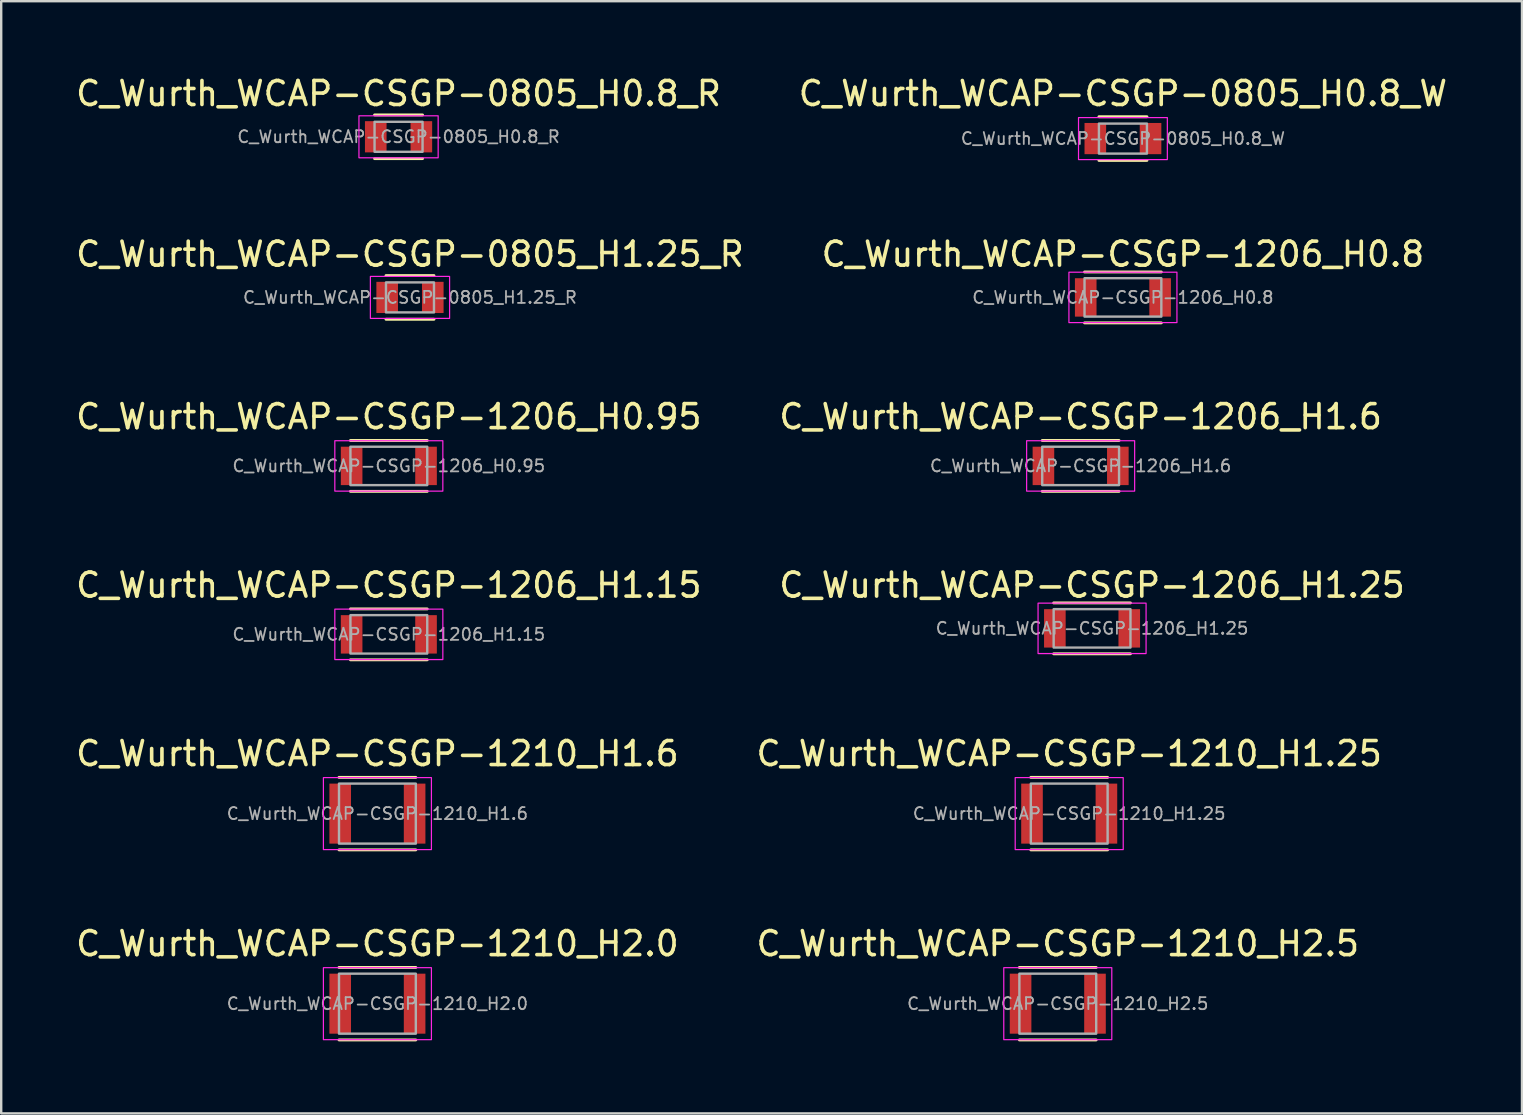
<source format=kicad_pcb>
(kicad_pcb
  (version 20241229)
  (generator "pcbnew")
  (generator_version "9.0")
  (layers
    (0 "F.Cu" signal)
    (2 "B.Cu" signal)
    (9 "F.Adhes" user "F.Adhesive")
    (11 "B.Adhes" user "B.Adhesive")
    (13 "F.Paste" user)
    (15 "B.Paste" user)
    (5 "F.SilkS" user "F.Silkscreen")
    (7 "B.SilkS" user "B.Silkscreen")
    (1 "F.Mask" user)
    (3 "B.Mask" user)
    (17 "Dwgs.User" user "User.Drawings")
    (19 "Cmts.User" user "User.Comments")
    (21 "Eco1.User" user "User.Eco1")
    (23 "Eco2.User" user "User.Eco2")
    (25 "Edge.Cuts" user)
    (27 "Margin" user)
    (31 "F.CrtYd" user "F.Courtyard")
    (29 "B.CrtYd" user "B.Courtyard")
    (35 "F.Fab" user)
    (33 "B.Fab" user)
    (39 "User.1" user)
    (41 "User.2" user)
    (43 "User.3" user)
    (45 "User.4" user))
  (footprint "C_Wurth_WCAP-CSGP-1206_H1.6"
    (layer "F.Cu")
    (at 41.97 16.36)
    (property "Reference" "C_Wurth_WCAP-CSGP-1206_H1.6" (at 0 -2.05 0) (unlocked yes) (layer "F.SilkS") (effects (font (size 1 1) (thickness 0.15))))
    (attr smd)
    (fp_line (start -1.6 -1.06) (end 1.6 -1.06) (stroke (width 0.12) (type solid)) (layer "F.SilkS"))
    (fp_line (start -1.6 1.06) (end 1.6 1.06) (stroke (width 0.12) (type solid)) (layer "F.SilkS"))
    (fp_rect (start -2.25 -1.05) (end 2.25 1.05) (stroke (width 0.05) (type solid)) (fill no) (layer "F.CrtYd"))
    (fp_rect (start -1.6 -0.8) (end 1.6 0.8) (stroke (width 0.1) (type solid)) (fill no) (layer "F.Fab"))
    (fp_text user "${REFERENCE}" (at 0 0 0) (unlocked yes) (layer "F.Fab") (effects (font (size 0.5 0.5) (thickness 0.075))))
    (pad "1" smd rect (at -1.55 0) (size 0.9 1.6) (layers "F.Cu" "F.Mask" "F.Paste"))
    (pad "2" smd rect (at 1.55 0) (size 0.9 1.6) (layers "F.Cu" "F.Mask" "F.Paste")))
  (footprint "C_Wurth_WCAP-CSGP-1206_H1.25"
    (layer "F.Cu")
    (at 42.446 23.128)
    (property "Reference" "C_Wurth_WCAP-CSGP-1206_H1.25" (at 0 -1.8 0) (unlocked yes) (layer "F.SilkS") (effects (font (size 1 1) (thickness 0.15))))
    (attr smd)
    (fp_line (start -1.6 -1.06) (end 1.6 -1.06) (stroke (width 0.12) (type default)) (layer "F.SilkS"))
    (fp_line (start -1.6 1.06) (end 1.6 1.06) (stroke (width 0.12) (type default)) (layer "F.SilkS"))
    (fp_rect (start -2.25 -1.05) (end 2.25 1.05) (stroke (width 0.05) (type default)) (fill no) (layer "F.CrtYd"))
    (fp_rect (start -1.6 -0.8) (end 1.6 0.8) (stroke (width 0.1) (type default)) (fill no) (layer "F.Fab"))
    (fp_text user "${REFERENCE}" (at 0 0 0) (unlocked yes) (layer "F.Fab") (effects (font (size 0.5 0.5) (thickness 0.075))))
    (pad "1" smd rect (at -1.55 0) (size 0.9 1.6) (layers "F.Cu" "F.Mask" "F.Paste"))
    (pad "2" smd rect (at 1.55 0) (size 0.9 1.6) (layers "F.Cu" "F.Mask" "F.Paste")))
  (footprint "C_Wurth_WCAP-CSGP-1210_H2.0"
    (layer "F.Cu")
    (at 12.673 38.764)
    (property "Reference" "C_Wurth_WCAP-CSGP-1210_H2.0" (at 0 -2.5 0) (unlocked yes) (layer "F.SilkS") (effects (font (size 1 1) (thickness 0.15))))
    (attr smd)
    (fp_line (start -1.6 -1.51) (end 1.6 -1.51) (stroke (width 0.12) (type default)) (layer "F.SilkS"))
    (fp_line (start -1.6 1.51) (end 1.6 1.51) (stroke (width 0.12) (type default)) (layer "F.SilkS"))
    (fp_rect (start -2.25 -1.5) (end 2.25 1.5) (stroke (width 0.05) (type default)) (fill no) (layer "F.CrtYd"))
    (fp_rect (start -1.6 -1.25) (end 1.6 1.25) (stroke (width 0.1) (type default)) (fill no) (layer "F.Fab"))
    (fp_text user "${REFERENCE}" (at 0 0 0) (unlocked yes) (layer "F.Fab") (effects (font (size 0.5 0.5) (thickness 0.075))))
    (pad "1" smd rect (at -1.55 0) (size 0.9 2.5) (layers "F.Cu" "F.Mask" "F.Paste"))
    (pad "2" smd rect (at 1.55 0) (size 0.9 2.5) (layers "F.Cu" "F.Mask" "F.Paste")))
  (footprint "C_Wurth_WCAP-CSGP-1206_H1.15"
    (layer "F.Cu")
    (at 13.149 23.378)
    (property "Reference" "C_Wurth_WCAP-CSGP-1206_H1.15" (at 0 -2.05 0) (unlocked yes) (layer "F.SilkS") (effects (font (size 1 1) (thickness 0.15))))
    (attr smd)
    (fp_line (start -1.6 -1.06) (end 1.6 -1.06) (stroke (width 0.12) (type solid)) (layer "F.SilkS"))
    (fp_line (start -1.6 1.06) (end 1.6 1.06) (stroke (width 0.12) (type solid)) (layer "F.SilkS"))
    (fp_rect (start -2.25 -1.05) (end 2.25 1.05) (stroke (width 0.05) (type solid)) (fill no) (layer "F.CrtYd"))
    (fp_rect (start -1.6 -0.8) (end 1.6 0.8) (stroke (width 0.1) (type solid)) (fill no) (layer "F.Fab"))
    (fp_text user "${REFERENCE}" (at 0 0 0) (unlocked yes) (layer "F.Fab") (effects (font (size 0.5 0.5) (thickness 0.075))))
    (pad "1" smd rect (at -1.55 0) (size 0.9 1.6) (layers "F.Cu" "F.Mask" "F.Paste"))
    (pad "2" smd rect (at 1.55 0) (size 0.9 1.6) (layers "F.Cu" "F.Mask" "F.Paste")))
  (footprint "C_Wurth_WCAP-CSGP-0805_H0.8_R"
    (layer "F.Cu")
    (at 13.554 2.648)
    (property "Reference" "C_Wurth_WCAP-CSGP-0805_H0.8_R" (at 0 -1.8 0) (unlocked yes) (layer "F.SilkS") (effects (font (size 1 1) (thickness 0.15))))
    (attr smd)
    (fp_line (start -1 -0.91) (end 1 -0.91) (stroke (width 0.12) (type default)) (layer "F.SilkS"))
    (fp_line (start -1 0.91) (end 1 0.91) (stroke (width 0.12) (type default)) (layer "F.SilkS"))
    (fp_rect (start -1.65 -0.875) (end 1.65 0.875) (stroke (width 0.05) (type default)) (fill no) (layer "F.CrtYd"))
    (fp_rect (start -1 -0.625) (end 1 0.625) (stroke (width 0.1) (type default)) (fill no) (layer "F.Fab"))
    (fp_text user "${REFERENCE}" (at 0 0 0) (unlocked yes) (layer "F.Fab") (effects (font (size 0.5 0.5) (thickness 0.075))))
    (pad "1" smd rect (at -0.95 0) (size 0.9 1.3) (layers "F.Cu" "F.Mask" "F.Paste"))
    (pad "2" smd rect (at 0.95 0) (size 0.9 1.3) (layers "F.Cu" "F.Mask" "F.Paste")))
  (footprint "C_Wurth_WCAP-CSGP-0805_H1.25_R"
    (layer "F.Cu")
    (at 14.03 9.341)
    (property "Reference" "C_Wurth_WCAP-CSGP-0805_H1.25_R" (at 0 -1.8 0) (unlocked yes) (layer "F.SilkS") (effects (font (size 1 1) (thickness 0.15))))
    (attr smd)
    (fp_line (start -1 -0.91) (end 1 -0.91) (stroke (width 0.12) (type default)) (layer "F.SilkS"))
    (fp_line (start -1 0.91) (end 1 0.91) (stroke (width 0.12) (type default)) (layer "F.SilkS"))
    (fp_rect (start -1.65 -0.875) (end 1.65 0.875) (stroke (width 0.05) (type default)) (fill no) (layer "F.CrtYd"))
    (fp_rect (start -1 -0.625) (end 1 0.625) (stroke (width 0.1) (type default)) (fill no) (layer "F.Fab"))
    (fp_text user "${REFERENCE}" (at 0 0 0) (unlocked yes) (layer "F.Fab") (effects (font (size 0.5 0.5) (thickness 0.075))))
    (pad "1" smd rect (at -0.95 0) (size 0.9 1.3) (layers "F.Cu" "F.Mask" "F.Paste"))
    (pad "2" smd rect (at 0.95 0) (size 0.9 1.3) (layers "F.Cu" "F.Mask" "F.Paste")))
  (footprint "C_Wurth_WCAP-CSGP-1206_H0.8"
    (layer "F.Cu")
    (at 43.732 9.341)
    (property "Reference" "C_Wurth_WCAP-CSGP-1206_H0.8" (at 0 -1.8 0) (unlocked yes) (layer "F.SilkS") (effects (font (size 1 1) (thickness 0.15))))
    (attr smd)
    (fp_line (start -1.6 -1.06) (end 1.6 -1.06) (stroke (width 0.12) (type default)) (layer "F.SilkS"))
    (fp_line (start -1.6 1.06) (end 1.6 1.06) (stroke (width 0.12) (type default)) (layer "F.SilkS"))
    (fp_rect (start -2.25 -1.05) (end 2.25 1.05) (stroke (width 0.05) (type default)) (fill no) (layer "F.CrtYd"))
    (fp_rect (start -1.6 -0.8) (end 1.6 0.8) (stroke (width 0.1) (type default)) (fill no) (layer "F.Fab"))
    (fp_text user "${REFERENCE}" (at 0 0 0) (unlocked yes) (layer "F.Fab") (effects (font (size 0.5 0.5) (thickness 0.075))))
    (pad "1" smd rect (at -1.55 0) (size 0.9 1.6) (layers "F.Cu" "F.Mask" "F.Paste"))
    (pad "2" smd rect (at 1.55 0) (size 0.9 1.6) (layers "F.Cu" "F.Mask" "F.Paste")))
  (footprint "C_Wurth_WCAP-CSGP-1210_H1.25"
    (layer "F.Cu")
    (at 41.494 30.846)
    (property "Reference" "C_Wurth_WCAP-CSGP-1210_H1.25" (at 0 -2.5 0) (unlocked yes) (layer "F.SilkS") (effects (font (size 1 1) (thickness 0.15))))
    (attr smd)
    (fp_line (start -1.6 -1.51) (end 1.6 -1.51) (stroke (width 0.12) (type default)) (layer "F.SilkS"))
    (fp_line (start -1.6 1.51) (end 1.6 1.51) (stroke (width 0.12) (type default)) (layer "F.SilkS"))
    (fp_rect (start -2.25 -1.5) (end 2.25 1.5) (stroke (width 0.05) (type default)) (fill no) (layer "F.CrtYd"))
    (fp_rect (start -1.6 -1.25) (end 1.6 1.25) (stroke (width 0.1) (type default)) (fill no) (layer "F.Fab"))
    (fp_text user "${REFERENCE}" (at 0 0 0) (unlocked yes) (layer "F.Fab") (effects (font (size 0.5 0.5) (thickness 0.075))))
    (pad "1" smd rect (at -1.55 0) (size 0.9 2.5) (layers "F.Cu" "F.Mask" "F.Paste"))
    (pad "2" smd rect (at 1.55 0) (size 0.9 2.5) (layers "F.Cu" "F.Mask" "F.Paste")))
  (footprint "C_Wurth_WCAP-CSGP-1210_H1.6"
    (layer "F.Cu")
    (at 12.673 30.846)
    (property "Reference" "C_Wurth_WCAP-CSGP-1210_H1.6" (at 0 -2.5 0) (unlocked yes) (layer "F.SilkS") (effects (font (size 1 1) (thickness 0.15))))
    (attr smd)
    (fp_line (start -1.6 -1.51) (end 1.6 -1.51) (stroke (width 0.12) (type default)) (layer "F.SilkS"))
    (fp_line (start -1.6 1.51) (end 1.6 1.51) (stroke (width 0.12) (type default)) (layer "F.SilkS"))
    (fp_rect (start -2.25 -1.5) (end 2.25 1.5) (stroke (width 0.05) (type default)) (fill no) (layer "F.CrtYd"))
    (fp_rect (start -1.6 -1.25) (end 1.6 1.25) (stroke (width 0.1) (type default)) (fill no) (layer "F.Fab"))
    (fp_text user "${REFERENCE}" (at 0 0 0) (unlocked yes) (layer "F.Fab") (effects (font (size 0.5 0.5) (thickness 0.075))))
    (pad "1" smd rect (at -1.55 0) (size 0.9 2.5) (layers "F.Cu" "F.Mask" "F.Paste"))
    (pad "2" smd rect (at 1.55 0) (size 0.9 2.5) (layers "F.Cu" "F.Mask" "F.Paste")))
  (footprint "C_Wurth_WCAP-CSGP-1206_H0.95"
    (layer "F.Cu")
    (at 13.149 16.36)
    (property "Reference" "C_Wurth_WCAP-CSGP-1206_H0.95" (at 0 -2.05 0) (unlocked yes) (layer "F.SilkS") (effects (font (size 1 1) (thickness 0.15))))
    (attr smd)
    (fp_line (start -1.6 -1.06) (end 1.6 -1.06) (stroke (width 0.12) (type solid)) (layer "F.SilkS"))
    (fp_line (start -1.6 1.06) (end 1.6 1.06) (stroke (width 0.12) (type solid)) (layer "F.SilkS"))
    (fp_rect (start -2.25 -1.05) (end 2.25 1.05) (stroke (width 0.05) (type solid)) (fill no) (layer "F.CrtYd"))
    (fp_rect (start -1.6 -0.8) (end 1.6 0.8) (stroke (width 0.1) (type solid)) (fill no) (layer "F.Fab"))
    (fp_text user "${REFERENCE}" (at 0 0 0) (unlocked yes) (layer "F.Fab") (effects (font (size 0.5 0.5) (thickness 0.075))))
    (pad "1" smd rect (at -1.55 0) (size 0.9 1.6) (layers "F.Cu" "F.Mask" "F.Paste"))
    (pad "2" smd rect (at 1.55 0) (size 0.9 1.6) (layers "F.Cu" "F.Mask" "F.Paste")))
  (footprint "C_Wurth_WCAP-CSGP-0805_H0.8_W"
    (layer "F.Cu")
    (at 43.732 2.723)
    (property "Reference" "C_Wurth_WCAP-CSGP-0805_H0.8_W" (at 0 -1.875 0) (unlocked yes) (layer "F.SilkS") (effects (font (size 1 1) (thickness 0.15))))
    (attr smd)
    (fp_line (start -1 -0.91) (end 1 -0.91) (stroke (width 0.12) (type solid)) (layer "F.SilkS"))
    (fp_line (start -1 0.91) (end 1 0.91) (stroke (width 0.12) (type solid)) (layer "F.SilkS"))
    (fp_rect (start -1.85 -0.875) (end 1.85 0.875) (stroke (width 0.05) (type solid)) (fill no) (layer "F.CrtYd"))
    (fp_rect (start -1 -0.625) (end 1 0.625) (stroke (width 0.1) (type solid)) (fill no) (layer "F.Fab"))
    (fp_text user "${REFERENCE}" (at 0 0 0) (unlocked yes) (layer "F.Fab") (effects (font (size 0.5 0.5) (thickness 0.075))))
    (pad "1" smd rect (at -1.15 0) (size 0.9 1.3) (layers "F.Cu" "F.Mask" "F.Paste"))
    (pad "2" smd rect (at 1.15 0) (size 0.9 1.3) (layers "F.Cu" "F.Mask" "F.Paste")))
  (footprint "C_Wurth_WCAP-CSGP-1210_H2.5"
    (layer "F.Cu")
    (at 41.018 38.764)
    (property "Reference" "C_Wurth_WCAP-CSGP-1210_H2.5" (at 0 -2.5 0) (unlocked yes) (layer "F.SilkS") (effects (font (size 1 1) (thickness 0.15))))
    (attr smd)
    (fp_line (start -1.6 -1.51) (end 1.6 -1.51) (stroke (width 0.12) (type default)) (layer "F.SilkS"))
    (fp_line (start -1.6 1.51) (end 1.6 1.51) (stroke (width 0.12) (type default)) (layer "F.SilkS"))
    (fp_rect (start -2.25 -1.5) (end 2.25 1.5) (stroke (width 0.05) (type default)) (fill no) (layer "F.CrtYd"))
    (fp_rect (start -1.6 -1.25) (end 1.6 1.25) (stroke (width 0.1) (type default)) (fill no) (layer "F.Fab"))
    (fp_text user "${REFERENCE}" (at 0 0 0) (unlocked yes) (layer "F.Fab") (effects (font (size 0.5 0.5) (thickness 0.075))))
    (pad "1" smd rect (at -1.55 0) (size 0.9 2.5) (layers "F.Cu" "F.Mask" "F.Paste"))
    (pad "2" smd rect (at 1.55 0) (size 0.9 2.5) (layers "F.Cu" "F.Mask" "F.Paste")))
  (gr_rect
    (start -3 -3)
    (end 60.357 43.334)
    (stroke (width 0.1) (type default))
    (fill no)
    (layer "Edge.Cuts")))
</source>
